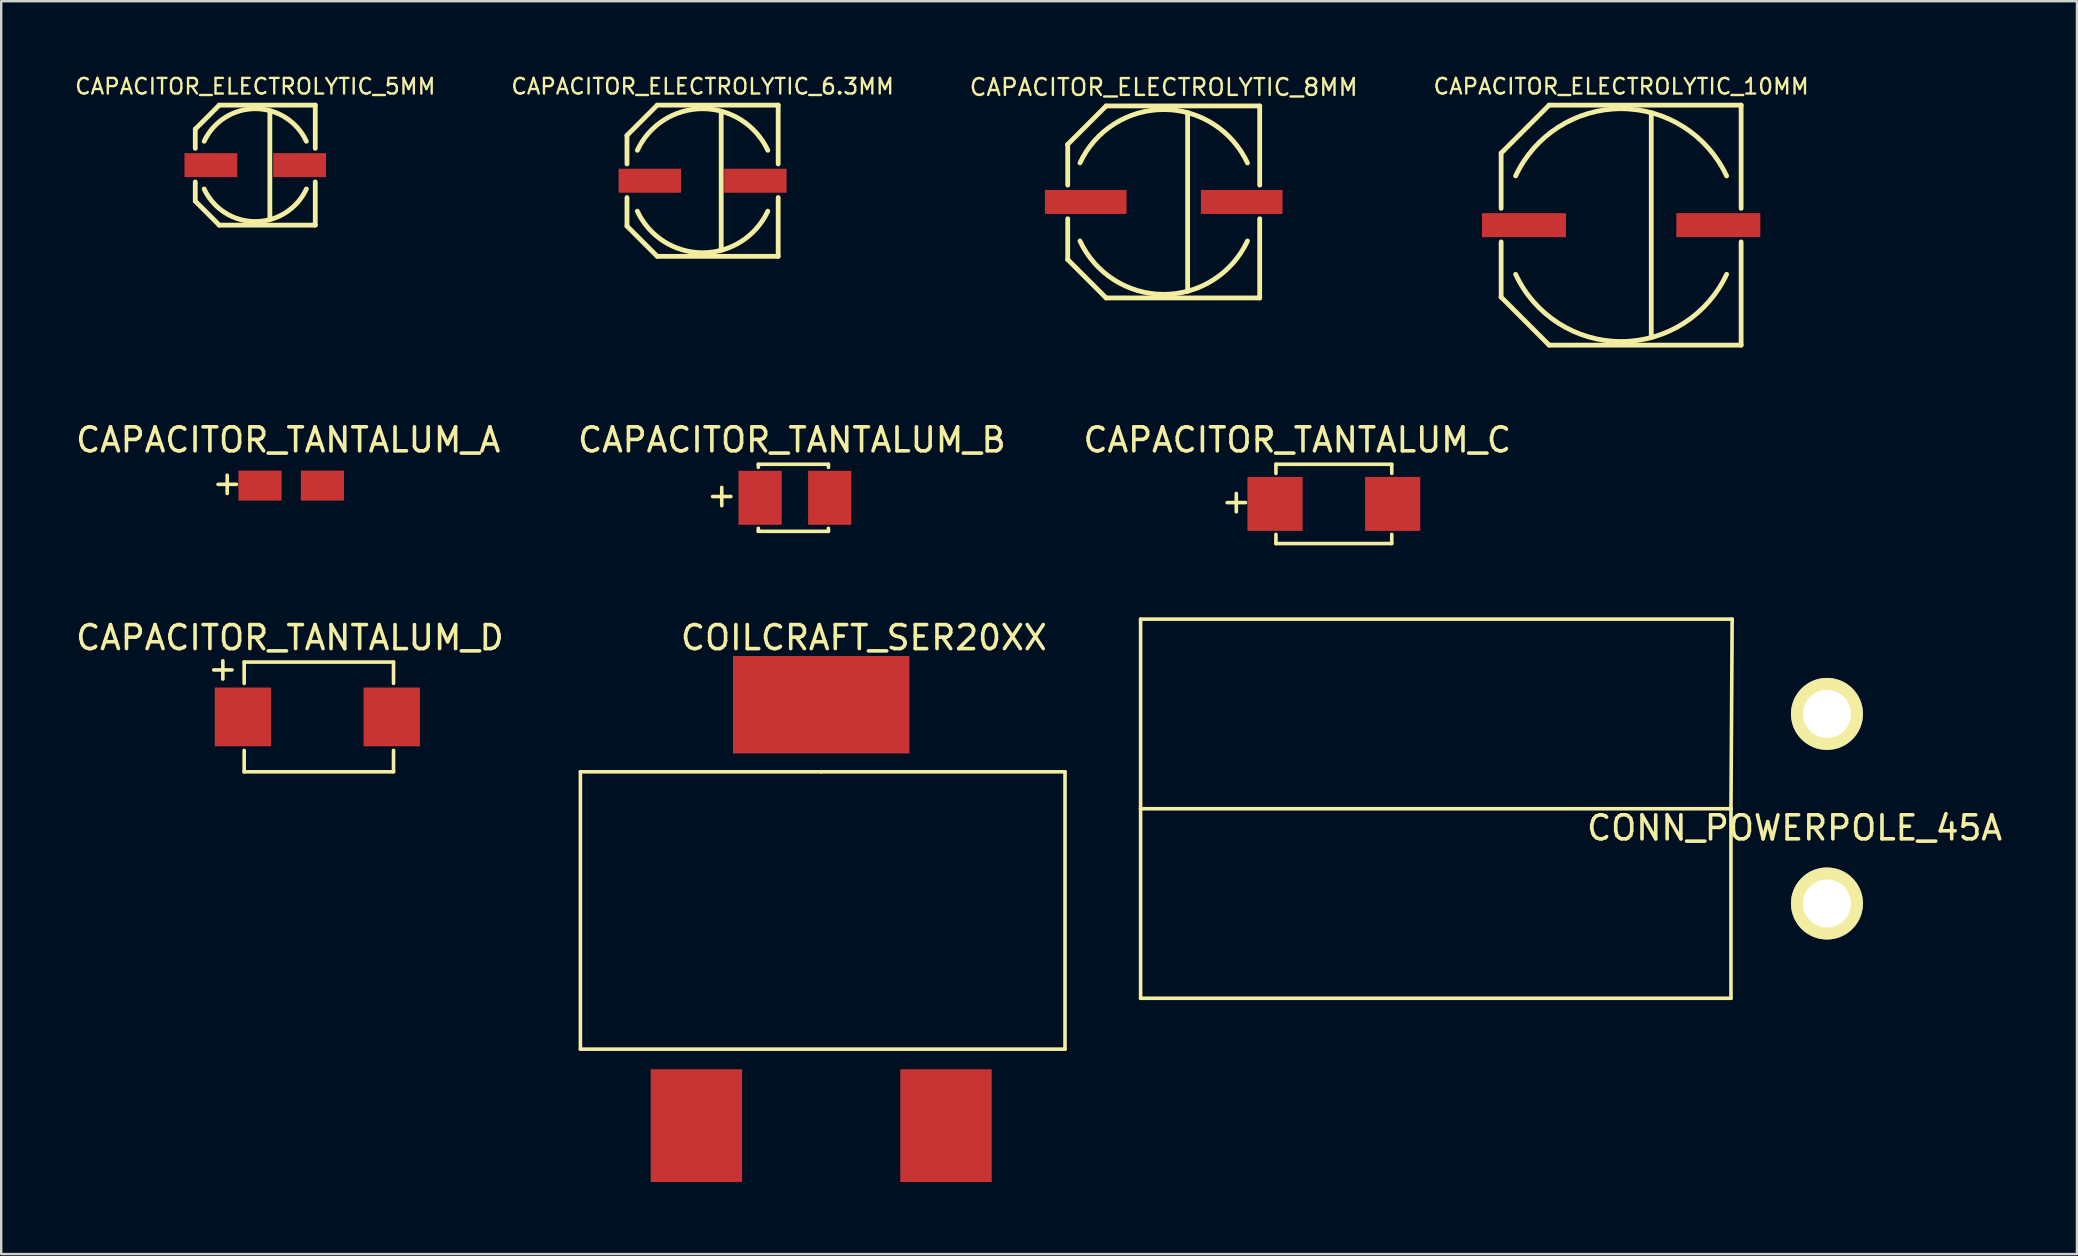
<source format=kicad_pcb>
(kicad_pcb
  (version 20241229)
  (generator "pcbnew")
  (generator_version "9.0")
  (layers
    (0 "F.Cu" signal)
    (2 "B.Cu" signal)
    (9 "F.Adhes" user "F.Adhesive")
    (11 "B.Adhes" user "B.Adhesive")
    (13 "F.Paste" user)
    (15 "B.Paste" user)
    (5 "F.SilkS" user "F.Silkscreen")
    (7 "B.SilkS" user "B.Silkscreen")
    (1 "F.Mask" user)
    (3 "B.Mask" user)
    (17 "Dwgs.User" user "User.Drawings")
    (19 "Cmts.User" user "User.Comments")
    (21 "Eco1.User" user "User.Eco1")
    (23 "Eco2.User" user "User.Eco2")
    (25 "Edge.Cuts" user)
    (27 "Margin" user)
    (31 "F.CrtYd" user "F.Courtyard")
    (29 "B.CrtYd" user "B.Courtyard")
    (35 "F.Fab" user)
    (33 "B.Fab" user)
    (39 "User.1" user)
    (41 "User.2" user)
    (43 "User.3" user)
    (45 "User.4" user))
  (footprint "CAPACITOR_TANTALUM_B"
    (layer "F.Cu")
    (at 30.073 17.693)
    (property "Reference" "CAPACITOR_TANTALUM_B" (at -0.127 -2.413 0) (layer "F.SilkS") (effects (font (size 1 1) (thickness 0.15))))
    (attr through_hole)
    (fp_line (start -1.524 -1.397) (end 1.397 -1.397) (stroke (width 0.15) (type solid)) (layer "F.SilkS"))
    (fp_line (start -1.524 -1.27) (end -1.524 -1.397) (stroke (width 0.15) (type solid)) (layer "F.SilkS"))
    (fp_line (start -1.524 1.397) (end -1.524 1.27) (stroke (width 0.15) (type solid)) (layer "F.SilkS"))
    (fp_line (start 1.397 -1.397) (end 1.397 -1.27) (stroke (width 0.15) (type solid)) (layer "F.SilkS"))
    (fp_line (start 1.397 1.27) (end 1.397 1.397) (stroke (width 0.15) (type solid)) (layer "F.SilkS"))
    (fp_line (start 1.397 1.397) (end -1.524 1.397) (stroke (width 0.15) (type solid)) (layer "F.SilkS"))
    (fp_text user "+" (at -3.048 -0.127 0) (layer "F.SilkS") (effects (font (size 1 1) (thickness 0.15))))
    (pad "1" smd rect (at -1.45 0) (size 1.8 2.25) (layers "F.Cu" "F.Mask" "F.Paste"))
    (pad "2" smd rect (at 1.45 0) (size 1.8 2.25) (layers "F.Cu" "F.Mask" "F.Paste")))
  (footprint "CONN_POWERPOLE_45A"
    (layer "F.Cu")
    (at 69.078 30.648)
    (property "Reference" "CONN_POWERPOLE_45A" (at 2.65 0.8 0) (layer "F.SilkS") (effects (font (size 1 1) (thickness 0.15))))
    (attr through_hole)
    (fp_line (start -24.6 -7.9) (end -24.6 0) (stroke (width 0.15) (type solid)) (layer "F.SilkS"))
    (fp_line (start -24.6 0) (end 0 0) (stroke (width 0.15) (type solid)) (layer "F.SilkS"))
    (fp_line (start -24.6 7.9) (end -24.6 0) (stroke (width 0.15) (type solid)) (layer "F.SilkS"))
    (fp_line (start 0 0) (end 0 7.9) (stroke (width 0.15) (type solid)) (layer "F.SilkS"))
    (fp_line (start 0 0) (end 0.05 -7.9) (stroke (width 0.15) (type solid)) (layer "F.SilkS"))
    (fp_line (start 0 7.9) (end -24.6 7.9) (stroke (width 0.15) (type solid)) (layer "F.SilkS"))
    (fp_line (start 0.05 -7.9) (end -24.6 -7.9) (stroke (width 0.15) (type solid)) (layer "F.SilkS"))
    (pad "1" thru_hole circle (at 4 3.95) (size 3 3) (drill 2) (layers "*.Cu" "*.Mask" "F.SilkS"))
    (pad "2" thru_hole circle (at 4 -3.95) (size 3 3) (drill 2) (layers "*.Cu" "*.Mask" "F.SilkS")))
  (footprint "CAPACITOR_ELECTROLYTIC_6.3MM"
    (layer "F.Cu")
    (at 26.226 4.481)
    (property "Reference" "CAPACITOR_ELECTROLYTIC_6.3MM" (at 0 -3.93 0) (layer "F.SilkS") (effects (font (size 0.65 0.65) (thickness 0.098))))
    (attr through_hole)
    (fp_line (start -3.15 -1.89) (end -3.15 -0.7) (stroke (width 0.2) (type solid)) (layer "F.SilkS"))
    (fp_line (start -3.15 1.89) (end -3.15 0.7) (stroke (width 0.2) (type solid)) (layer "F.SilkS"))
    (fp_line (start -1.89 -3.15) (end -3.15 -1.89) (stroke (width 0.2) (type solid)) (layer "F.SilkS"))
    (fp_line (start -1.89 -3.15) (end 3.15 -3.15) (stroke (width 0.2) (type solid)) (layer "F.SilkS"))
    (fp_line (start -1.89 3.15) (end -3.15 1.89) (stroke (width 0.2) (type solid)) (layer "F.SilkS"))
    (fp_line (start -1.89 3.15) (end 3.15 3.15) (stroke (width 0.2) (type solid)) (layer "F.SilkS"))
    (fp_line (start 0.776 -2.898) (end 0.776 2.898) (stroke (width 0.2) (type solid)) (layer "F.SilkS"))
    (fp_line (start 3.15 -3.15) (end 3.15 -0.7) (stroke (width 0.2) (type solid)) (layer "F.SilkS"))
    (fp_line (start 3.15 3.15) (end 3.15 0.7) (stroke (width 0.2) (type solid)) (layer "F.SilkS"))
    (fp_arc (start -2.7189 -1.2679) (mid 0.000051 -2.999998) (end 2.718943 -1.267808) (stroke (width 0.2) (type solid)) (layer "F.SilkS"))
    (fp_arc (start 2.7189 1.2679) (mid -0.000051 2.999998) (end -2.718943 1.267808) (stroke (width 0.2) (type solid)) (layer "F.SilkS"))
    (pad "1" smd rect (at -2.2 0) (size 2.6 1) (layers "F.Cu" "F.Mask" "F.Paste"))
    (pad "2" smd rect (at 2.2 0) (size 2.6 1) (layers "F.Cu" "F.Mask" "F.Paste")))
  (footprint "CAPACITOR_ELECTROLYTIC_8MM"
    (layer "F.Cu")
    (at 45.441 5.365)
    (property "Reference" "CAPACITOR_ELECTROLYTIC_8MM" (at 0 -4.78 0) (layer "F.SilkS") (effects (font (size 0.7 0.7) (thickness 0.1))))
    (attr through_hole)
    (fp_line (start -4 -2.4) (end -4 -0.7) (stroke (width 0.2) (type solid)) (layer "F.SilkS"))
    (fp_line (start -4 2.4) (end -4 0.7) (stroke (width 0.2) (type solid)) (layer "F.SilkS"))
    (fp_line (start -2.4 -4) (end -4 -2.4) (stroke (width 0.2) (type solid)) (layer "F.SilkS"))
    (fp_line (start -2.4 -4) (end 4 -4) (stroke (width 0.2) (type solid)) (layer "F.SilkS"))
    (fp_line (start -2.4 4) (end -4 2.4) (stroke (width 0.2) (type solid)) (layer "F.SilkS"))
    (fp_line (start -2.4 4) (end 4 4) (stroke (width 0.2) (type solid)) (layer "F.SilkS"))
    (fp_line (start 0.997 -3.719) (end 0.997 3.719) (stroke (width 0.2) (type solid)) (layer "F.SilkS"))
    (fp_line (start 4 -4) (end 4 -0.7) (stroke (width 0.2) (type solid)) (layer "F.SilkS"))
    (fp_line (start 4 4) (end 4 0.7) (stroke (width 0.2) (type solid)) (layer "F.SilkS"))
    (fp_arc (start -3.4893 -1.6271) (mid 0.000012 -3.850022) (end 3.48931 -1.627079) (stroke (width 0.2) (type solid)) (layer "F.SilkS"))
    (fp_arc (start 3.4893 1.6271) (mid -0.000012 3.850022) (end -3.48931 1.627079) (stroke (width 0.2) (type solid)) (layer "F.SilkS"))
    (pad "1" smd rect (at -3.25 0) (size 3.4 1) (layers "F.Cu" "F.Mask" "F.Paste"))
    (pad "2" smd rect (at 3.25 0) (size 3.4 1) (layers "F.Cu" "F.Mask" "F.Paste")))
  (footprint "CAPACITOR_ELECTROLYTIC_5MM"
    (layer "F.Cu")
    (at 7.587 3.831)
    (property "Reference" "CAPACITOR_ELECTROLYTIC_5MM" (at 0 -3.28 0) (layer "F.SilkS") (effects (font (size 0.65 0.65) (thickness 0.098))))
    (attr through_hole)
    (fp_line (start -2.5 -1.5) (end -2.5 -0.7) (stroke (width 0.2) (type solid)) (layer "F.SilkS"))
    (fp_line (start -2.5 1.5) (end -2.5 0.7) (stroke (width 0.2) (type solid)) (layer "F.SilkS"))
    (fp_line (start -1.5 -2.5) (end -2.5 -1.5) (stroke (width 0.2) (type solid)) (layer "F.SilkS"))
    (fp_line (start -1.5 -2.5) (end 2.5 -2.5) (stroke (width 0.2) (type solid)) (layer "F.SilkS"))
    (fp_line (start -1.5 2.5) (end -2.5 1.5) (stroke (width 0.2) (type solid)) (layer "F.SilkS"))
    (fp_line (start -1.5 2.5) (end 2.5 2.5) (stroke (width 0.2) (type solid)) (layer "F.SilkS"))
    (fp_line (start 0.608 -2.27) (end 0.608 2.27) (stroke (width 0.2) (type solid)) (layer "F.SilkS"))
    (fp_line (start 2.5 -2.5) (end 2.5 -0.7) (stroke (width 0.2) (type solid)) (layer "F.SilkS"))
    (fp_line (start 2.5 2.5) (end 2.5 0.7) (stroke (width 0.2) (type solid)) (layer "F.SilkS"))
    (fp_arc (start -2.1298 -0.9932) (mid 0.000052 -2.349999) (end 2.129844 -0.993105) (stroke (width 0.2) (type solid)) (layer "F.SilkS"))
    (fp_arc (start 2.1298 0.9932) (mid -0.000052 2.349999) (end -2.129844 0.993105) (stroke (width 0.2) (type solid)) (layer "F.SilkS"))
    (pad "1" smd rect (at -1.85 0) (size 2.2 1) (layers "F.Cu" "F.Mask" "F.Paste"))
    (pad "2" smd rect (at 1.85 0) (size 2.2 1) (layers "F.Cu" "F.Mask" "F.Paste")))
  (footprint "CAPACITOR_TANTALUM_A"
    (layer "F.Cu")
    (at 9.085 17.185)
    (property "Reference" "CAPACITOR_TANTALUM_A" (at -0.127 -1.905 0) (layer "F.SilkS") (effects (font (size 1 1) (thickness 0.15))))
    (attr through_hole)
    (fp_text user "+" (at -2.667 -0.127 0) (layer "F.SilkS") (effects (font (size 1 1) (thickness 0.15))))
    (pad "1" smd rect (at -1.3 0) (size 1.8 1.25) (layers "F.Cu" "F.Mask" "F.Paste"))
    (pad "2" smd rect (at 1.3 0) (size 1.8 1.25) (layers "F.Cu" "F.Mask" "F.Paste")))
  (footprint "CAPACITOR_ELECTROLYTIC_10MM"
    (layer "F.Cu")
    (at 64.501 6.331)
    (property "Reference" "CAPACITOR_ELECTROLYTIC_10MM" (at 0 -5.78 0) (layer "F.SilkS") (effects (font (size 0.65 0.65) (thickness 0.098))))
    (attr through_hole)
    (fp_line (start -5 -3) (end -5 -0.7) (stroke (width 0.2) (type solid)) (layer "F.SilkS"))
    (fp_line (start -5 3) (end -5 0.7) (stroke (width 0.2) (type solid)) (layer "F.SilkS"))
    (fp_line (start -3 -5) (end -5 -3) (stroke (width 0.2) (type solid)) (layer "F.SilkS"))
    (fp_line (start -3 -5) (end 5 -5) (stroke (width 0.2) (type solid)) (layer "F.SilkS"))
    (fp_line (start -3 5) (end -5 3) (stroke (width 0.2) (type solid)) (layer "F.SilkS"))
    (fp_line (start -3 5) (end 5 5) (stroke (width 0.2) (type solid)) (layer "F.SilkS"))
    (fp_line (start 1.255 -4.685) (end 1.255 4.685) (stroke (width 0.2) (type solid)) (layer "F.SilkS"))
    (fp_line (start 5 -5) (end 5 -0.7) (stroke (width 0.2) (type solid)) (layer "F.SilkS"))
    (fp_line (start 5 5) (end 5 0.7) (stroke (width 0.2) (type solid)) (layer "F.SilkS"))
    (fp_arc (start -4.3956 -2.0497) (mid -0.000002 -4.850007) (end 4.395599 -2.049703) (stroke (width 0.2) (type solid)) (layer "F.SilkS"))
    (fp_arc (start 4.3956 2.0497) (mid 0.000002 4.850007) (end -4.395599 2.049703) (stroke (width 0.2) (type solid)) (layer "F.SilkS"))
    (pad "1" smd rect (at -4.05 0) (size 3.5 1) (layers "F.Cu" "F.Mask" "F.Paste"))
    (pad "2" smd rect (at 4.05 0) (size 3.5 1) (layers "F.Cu" "F.Mask" "F.Paste")))
  (footprint "CAPACITOR_TANTALUM_D"
    (layer "F.Cu")
    (at 10.173 26.823)
    (property "Reference" "CAPACITOR_TANTALUM_D" (at -1.143 -3.302 0) (layer "F.SilkS") (effects (font (size 1 1) (thickness 0.15))))
    (attr through_hole)
    (fp_line (start -3.048 -2.286) (end 3.175 -2.286) (stroke (width 0.15) (type solid)) (layer "F.SilkS"))
    (fp_line (start -3.048 -1.397) (end -3.048 -2.286) (stroke (width 0.15) (type solid)) (layer "F.SilkS"))
    (fp_line (start -3.048 2.286) (end -3.048 1.397) (stroke (width 0.15) (type solid)) (layer "F.SilkS"))
    (fp_line (start 3.175 -2.286) (end 3.175 -1.397) (stroke (width 0.15) (type solid)) (layer "F.SilkS"))
    (fp_line (start 3.175 1.397) (end 3.175 2.286) (stroke (width 0.15) (type solid)) (layer "F.SilkS"))
    (fp_line (start 3.175 2.286) (end -3.048 2.286) (stroke (width 0.15) (type solid)) (layer "F.SilkS"))
    (fp_text user "+" (at -3.937 -2.032 0) (layer "F.SilkS") (effects (font (size 1 1) (thickness 0.15))))
    (pad "1" smd rect (at -3.1 0) (size 2.35 2.45) (layers "F.Cu" "F.Mask" "F.Paste"))
    (pad "2" smd rect (at 3.1 0) (size 2.35 2.45) (layers "F.Cu" "F.Mask" "F.Paste")))
  (footprint "CAPACITOR_TANTALUM_C"
    (layer "F.Cu")
    (at 52.53 17.947)
    (property "Reference" "CAPACITOR_TANTALUM_C" (at -1.524 -2.667 0) (layer "F.SilkS") (effects (font (size 1 1) (thickness 0.15))))
    (attr through_hole)
    (fp_line (start -2.413 -1.651) (end 2.413 -1.651) (stroke (width 0.15) (type solid)) (layer "F.SilkS"))
    (fp_line (start -2.413 -1.27) (end -2.413 -1.651) (stroke (width 0.15) (type solid)) (layer "F.SilkS"))
    (fp_line (start -2.413 1.651) (end -2.413 1.27) (stroke (width 0.15) (type solid)) (layer "F.SilkS"))
    (fp_line (start 2.413 -1.651) (end 2.413 -1.27) (stroke (width 0.15) (type solid)) (layer "F.SilkS"))
    (fp_line (start 2.413 1.27) (end 2.413 1.651) (stroke (width 0.15) (type solid)) (layer "F.SilkS"))
    (fp_line (start 2.413 1.651) (end -2.413 1.651) (stroke (width 0.15) (type solid)) (layer "F.SilkS"))
    (fp_text user "+" (at -4.064 -0.127 0) (layer "F.SilkS") (effects (font (size 1 1) (thickness 0.15))))
    (pad "1" smd rect (at -2.45 0) (size 2.3 2.25) (layers "F.Cu" "F.Mask" "F.Paste"))
    (pad "2" smd rect (at 2.45 0) (size 2.3 2.25) (layers "F.Cu" "F.Mask" "F.Paste")))
  (footprint "COILCRAFT_SER20XX"
    (layer "F.Cu")
    (at 31.168 26.315)
    (property "Reference" "COILCRAFT_SER20XX" (at 1.778 -2.794 0) (layer "F.SilkS") (effects (font (size 1 1) (thickness 0.15))))
    (attr through_hole)
    (fp_line (start -10.033 2.794) (end -10.033 14.351) (stroke (width 0.15) (type solid)) (layer "F.SilkS"))
    (fp_line (start -10.033 14.351) (end 10.16 14.351) (stroke (width 0.15) (type solid)) (layer "F.SilkS"))
    (fp_line (start 0 2.794) (end -10.033 2.794) (stroke (width 0.15) (type solid)) (layer "F.SilkS"))
    (fp_line (start 10.16 2.794) (end 0 2.794) (stroke (width 0.15) (type solid)) (layer "F.SilkS"))
    (fp_line (start 10.16 14.351) (end 10.16 2.794) (stroke (width 0.15) (type solid)) (layer "F.SilkS"))
    (pad "1" smd rect (at -5.2 17.54) (size 3.81 4.7) (layers "F.Cu" "F.Mask" "F.Paste"))
    (pad "2" smd rect (at 5.2 17.54) (size 3.81 4.7) (layers "F.Cu" "F.Mask" "F.Paste"))
    (pad "3" smd rect (at 0 0) (size 7.35 4.06) (layers "F.Cu" "F.Mask" "F.Paste")))
  (gr_rect
    (start -3 -3)
    (end 83.495 49.205)
    (stroke (width 0.1) (type default))
    (fill no)
    (layer "Edge.Cuts")))
</source>
